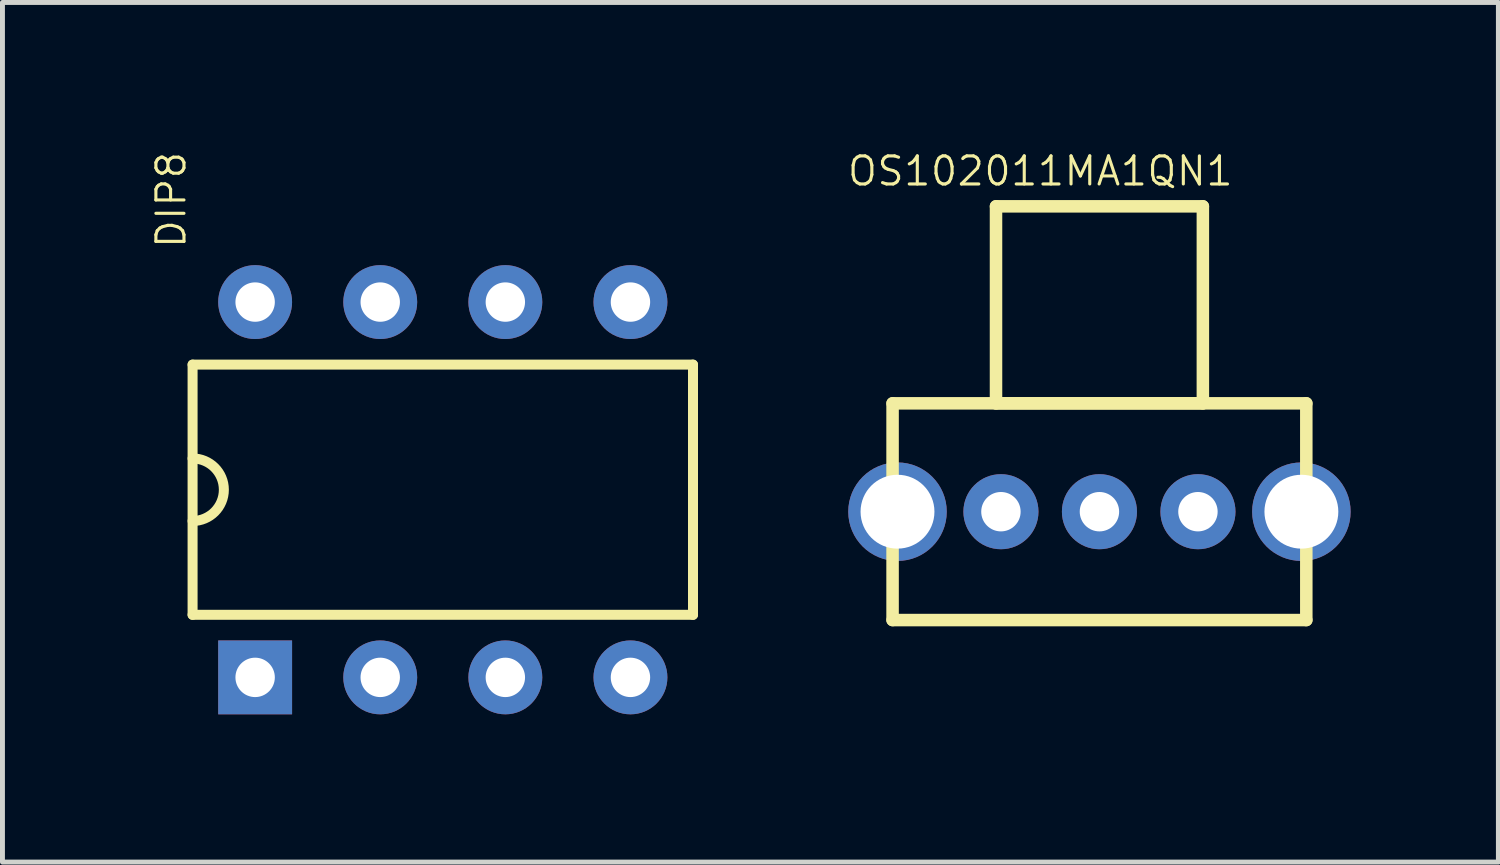
<source format=kicad_pcb>
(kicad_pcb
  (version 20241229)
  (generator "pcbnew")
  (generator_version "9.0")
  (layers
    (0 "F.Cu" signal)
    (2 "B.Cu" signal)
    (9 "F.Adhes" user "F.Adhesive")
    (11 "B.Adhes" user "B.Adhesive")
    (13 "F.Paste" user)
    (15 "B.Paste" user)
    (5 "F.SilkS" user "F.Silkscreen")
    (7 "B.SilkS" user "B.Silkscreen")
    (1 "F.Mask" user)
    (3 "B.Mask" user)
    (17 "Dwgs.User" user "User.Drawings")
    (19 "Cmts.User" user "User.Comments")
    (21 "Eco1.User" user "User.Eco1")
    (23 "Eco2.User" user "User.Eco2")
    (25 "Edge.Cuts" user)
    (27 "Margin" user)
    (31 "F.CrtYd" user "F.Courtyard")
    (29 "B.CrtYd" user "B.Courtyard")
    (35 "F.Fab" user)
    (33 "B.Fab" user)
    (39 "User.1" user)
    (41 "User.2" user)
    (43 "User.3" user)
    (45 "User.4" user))
  (footprint "DIP8"
    (layer "F.Cu")
    (at 2.13 10.703)
    (property "Reference" "DIP8" (at -1.372 -8.675 270) (layer "F.SilkS") (effects (font (size 0.57 0.57) (thickness 0.063)) (justify left bottom)))
    (attr through_hole)
    (fp_line (start -1.27 -6.35) (end 8.89 -6.35) (stroke (width 0.203) (type solid)) (layer "F.SilkS"))
    (fp_line (start -1.27 -1.27) (end -1.27 -6.35) (stroke (width 0.203) (type solid)) (layer "F.SilkS"))
    (fp_line (start -1.27 -1.27) (end 8.89 -1.27) (stroke (width 0.203) (type solid)) (layer "F.SilkS"))
    (fp_line (start 8.89 -1.27) (end 8.89 -6.35) (stroke (width 0.203) (type solid)) (layer "F.SilkS"))
    (fp_arc (start -1.27 -4.445) (mid -0.635 -3.81) (end -1.27 -3.175) (stroke (width 0.2032) (type solid)) (layer "F.SilkS"))
    (pad "1" thru_hole rect (at 0 0) (size 1.5 1.5) (drill 0.8) (layers "*.Cu" "*.Mask"))
    (pad "2" thru_hole circle (at 2.54 0) (size 1.5 1.5) (drill 0.8) (layers "*.Cu" "*.Mask"))
    (pad "3" thru_hole circle (at 5.08 0) (size 1.5 1.5) (drill 0.8) (layers "*.Cu" "*.Mask"))
    (pad "4" thru_hole circle (at 7.62 0) (size 1.5 1.5) (drill 0.8) (layers "*.Cu" "*.Mask"))
    (pad "5" thru_hole circle (at 7.62 -7.62) (size 1.5 1.5) (drill 0.8) (layers "*.Cu" "*.Mask"))
    (pad "6" thru_hole circle (at 5.08 -7.62) (size 1.5 1.5) (drill 0.8) (layers "*.Cu" "*.Mask"))
    (pad "7" thru_hole circle (at 2.54 -7.62) (size 1.5 1.5) (drill 0.8) (layers "*.Cu" "*.Mask"))
    (pad "8" thru_hole circle (at 0 -7.62) (size 1.5 1.5) (drill 0.8) (layers "*.Cu" "*.Mask")))
  (footprint "OS102011MA1QN1"
    (layer "F.Cu")
    (at 19.272 7.339)
    (property "Reference" "OS102011MA1QN1" (at -5.151 -6.581 0) (layer "F.SilkS") (effects (font (size 0.57 0.57) (thickness 0.063)) (justify left bottom)))
    (attr through_hole)
    (fp_line (start -4.2 -2.2) (end 4.2 -2.2) (stroke (width 0.254) (type solid)) (layer "F.SilkS"))
    (fp_line (start -4.2 2.2) (end -4.2 -2.2) (stroke (width 0.254) (type solid)) (layer "F.SilkS"))
    (fp_line (start -4.2 2.2) (end 4.2 2.2) (stroke (width 0.254) (type solid)) (layer "F.SilkS"))
    (fp_line (start -2.1 -6.2) (end 2.1 -6.2) (stroke (width 0.254) (type solid)) (layer "F.SilkS"))
    (fp_line (start -2.1 -2.2) (end -2.1 -6.2) (stroke (width 0.254) (type solid)) (layer "F.SilkS"))
    (fp_line (start -2.1 -2.2) (end 2.1 -2.2) (stroke (width 0.254) (type solid)) (layer "F.SilkS"))
    (fp_line (start 2.1 -2.2) (end 2.1 -6.2) (stroke (width 0.254) (type solid)) (layer "F.SilkS"))
    (fp_line (start 4.2 2.2) (end 4.2 -2.2) (stroke (width 0.254) (type solid)) (layer "F.SilkS"))
    (pad "1" thru_hole circle (at -2 0) (size 1.524 1.524) (drill 0.8) (layers "*.Cu" "*.Mask"))
    (pad "2" thru_hole circle (at 0 0) (size 1.524 1.524) (drill 0.8) (layers "*.Cu" "*.Mask"))
    (pad "3" thru_hole circle (at 2 0) (size 1.524 1.524) (drill 0.8) (layers "*.Cu" "*.Mask"))
    (pad "4" thru_hole circle (at 4.1 0) (size 2 2) (drill 1.5) (layers "*.Cu" "*.Mask"))
    (pad "5" thru_hole circle (at -4.1 0) (size 2 2) (drill 1.5) (layers "*.Cu" "*.Mask")))
  (gr_rect
    (start -3 -3)
    (end 27.372 14.453)
    (stroke (width 0.1) (type default))
    (fill no)
    (layer "Edge.Cuts")))
</source>
